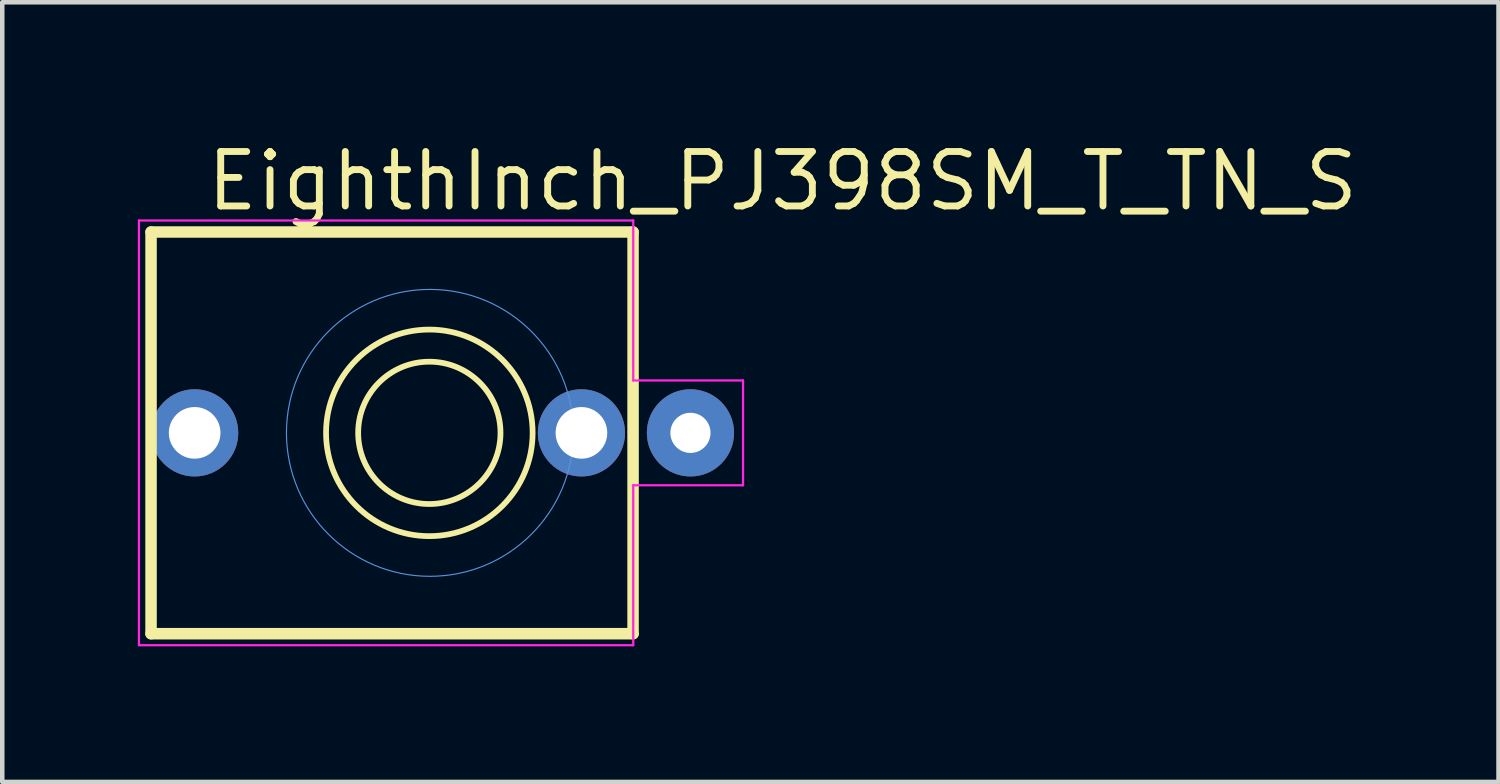
<source format=kicad_pcb>
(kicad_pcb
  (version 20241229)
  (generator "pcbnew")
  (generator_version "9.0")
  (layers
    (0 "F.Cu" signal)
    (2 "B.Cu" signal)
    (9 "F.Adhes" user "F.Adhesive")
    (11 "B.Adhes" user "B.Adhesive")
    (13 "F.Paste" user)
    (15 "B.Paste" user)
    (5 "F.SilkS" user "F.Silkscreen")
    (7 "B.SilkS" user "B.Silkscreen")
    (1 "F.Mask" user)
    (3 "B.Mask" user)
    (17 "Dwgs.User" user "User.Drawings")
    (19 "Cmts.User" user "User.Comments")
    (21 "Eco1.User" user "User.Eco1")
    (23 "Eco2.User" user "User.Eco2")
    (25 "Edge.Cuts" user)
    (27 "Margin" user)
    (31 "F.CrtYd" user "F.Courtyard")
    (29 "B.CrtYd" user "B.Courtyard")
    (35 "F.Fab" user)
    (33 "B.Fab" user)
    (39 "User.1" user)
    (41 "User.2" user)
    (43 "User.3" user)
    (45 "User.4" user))
  (footprint "EighthInch_PJ398SM_T_TN_S"
    (layer "F.Cu")
    (at 6.465 6.53)
    (property "Reference" "EighthInch_PJ398SM_T_TN_S" (at -5.017 -4.866 0) (layer "F.SilkS") (effects (font (size 1.206 1.206) (thickness 0.152)) (justify left bottom)))
    (attr through_hole)
    (fp_line (start -6.172 -4.445) (end -6.172 4.445) (stroke (width 0.254) (type solid)) (layer "F.SilkS"))
    (fp_line (start -6.172 4.445) (end 4.496 4.445) (stroke (width 0.254) (type solid)) (layer "F.SilkS"))
    (fp_line (start 4.496 -4.445) (end -6.172 -4.445) (stroke (width 0.254) (type solid)) (layer "F.SilkS"))
    (fp_line (start 4.496 4.445) (end 4.496 -4.445) (stroke (width 0.254) (type solid)) (layer "F.SilkS"))
    (fp_circle (center -0.013 0) (end 1.562 0) (stroke (width 0.127) (type solid)) (fill no) (layer "F.SilkS"))
    (fp_circle (center -0.013 0) (end 2.273 0) (stroke (width 0.127) (type solid)) (fill no) (layer "F.SilkS"))
    (fp_circle (center 0 0) (end 3.175 0) (stroke (width 0.025) (type solid)) (fill no) (layer "Cmts.User"))
    (fp_line (start -6.44 -4.7) (end -6.44 4.7) (stroke (width 0.05) (type solid)) (layer "F.CrtYd"))
    (fp_line (start -6.44 -4.7) (end 4.5 -4.7) (stroke (width 0.05) (type solid)) (layer "F.CrtYd"))
    (fp_line (start -6.44 4.7) (end 4.5 4.7) (stroke (width 0.05) (type solid)) (layer "F.CrtYd"))
    (fp_line (start 4.5 -4.7) (end 4.5 -1.16) (stroke (width 0.05) (type solid)) (layer "F.CrtYd"))
    (fp_line (start 4.5 -1.16) (end 6.93 -1.16) (stroke (width 0.05) (type solid)) (layer "F.CrtYd"))
    (fp_line (start 4.5 1.16) (end 4.5 4.7) (stroke (width 0.05) (type solid)) (layer "F.CrtYd"))
    (fp_line (start 6.93 -1.16) (end 6.93 1.16) (stroke (width 0.05) (type solid)) (layer "F.CrtYd"))
    (fp_line (start 6.93 1.16) (end 4.5 1.16) (stroke (width 0.05) (type solid)) (layer "F.CrtYd"))
    (pad "S" thru_hole circle (at 5.766 0) (size 1.93 1.93) (drill 0.889) (layers "*.Cu" "*.Mask"))
    (pad "T" thru_hole circle (at -5.207 0) (size 1.93 1.93) (drill 1.143) (layers "*.Cu" "*.Mask"))
    (pad "TN" thru_hole circle (at 3.353 0) (size 1.93 1.93) (drill 1.143) (layers "*.Cu" "*.Mask")))
  (gr_rect
    (start -3 -3)
    (end 30.115 14.255)
    (stroke (width 0.1) (type default))
    (fill no)
    (layer "Edge.Cuts")))
</source>
